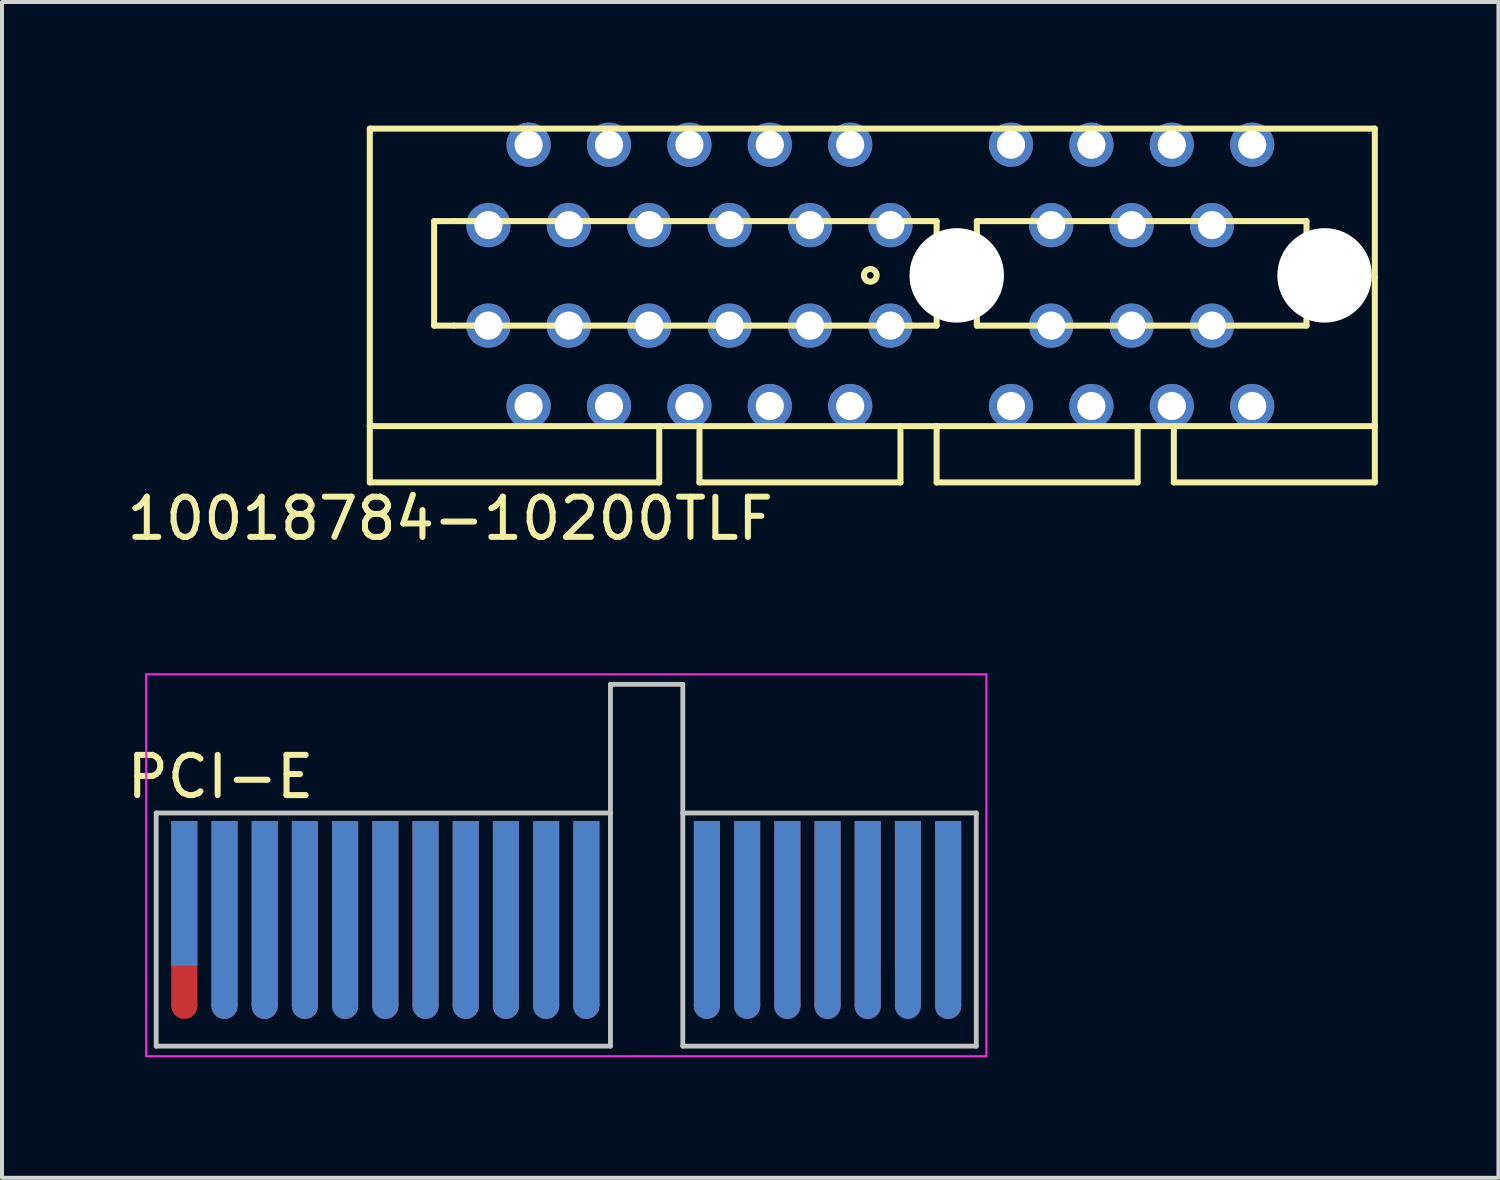
<source format=kicad_pcb>
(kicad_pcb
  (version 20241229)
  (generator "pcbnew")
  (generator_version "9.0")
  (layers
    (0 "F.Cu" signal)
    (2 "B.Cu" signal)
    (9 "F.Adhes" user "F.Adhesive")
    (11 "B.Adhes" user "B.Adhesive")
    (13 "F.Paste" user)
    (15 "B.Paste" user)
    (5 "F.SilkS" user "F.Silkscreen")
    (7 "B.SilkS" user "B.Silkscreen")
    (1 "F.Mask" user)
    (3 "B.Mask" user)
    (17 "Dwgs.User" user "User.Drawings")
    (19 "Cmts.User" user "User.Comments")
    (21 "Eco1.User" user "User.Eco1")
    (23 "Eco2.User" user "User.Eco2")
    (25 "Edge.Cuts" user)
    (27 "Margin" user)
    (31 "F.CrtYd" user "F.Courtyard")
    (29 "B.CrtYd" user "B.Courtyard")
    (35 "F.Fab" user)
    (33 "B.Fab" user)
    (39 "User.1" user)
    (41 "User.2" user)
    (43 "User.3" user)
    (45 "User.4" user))
  (footprint "PCI-E"
    (layer "F.Cu")
    (at 1.535 19.173)
    (property "Reference" "PCI-E" (at 0.9 -2.9 0) (layer "F.SilkS") (effects (font (size 1 1) (thickness 0.15))))
    (attr through_hole)
    (fp_line (start -0.7 -2) (end 10.6 -2) (stroke (width 0.12) (type solid)) (layer "Dwgs.User"))
    (fp_line (start -0.7 3.8) (end -0.7 -2) (stroke (width 0.12) (type solid)) (layer "Dwgs.User"))
    (fp_line (start 10.6 -5.2) (end 12.4 -5.2) (stroke (width 0.12) (type solid)) (layer "Dwgs.User"))
    (fp_line (start 10.6 -2) (end 10.6 -5.2) (stroke (width 0.12) (type solid)) (layer "Dwgs.User"))
    (fp_line (start 10.6 -2) (end 10.6 3.8) (stroke (width 0.12) (type solid)) (layer "Dwgs.User"))
    (fp_line (start 10.6 3.8) (end -0.7 3.8) (stroke (width 0.12) (type solid)) (layer "Dwgs.User"))
    (fp_line (start 12.4 -5.2) (end 12.4 -2) (stroke (width 0.12) (type solid)) (layer "Dwgs.User"))
    (fp_line (start 12.4 -2) (end 12.4 3.8) (stroke (width 0.12) (type solid)) (layer "Dwgs.User"))
    (fp_line (start 12.4 3.8) (end 19.7 3.8) (stroke (width 0.12) (type solid)) (layer "Dwgs.User"))
    (fp_line (start 19.7 -2) (end 12.4 -2) (stroke (width 0.12) (type solid)) (layer "Dwgs.User"))
    (fp_line (start 19.7 -2) (end 19.7 3.8) (stroke (width 0.12) (type solid)) (layer "Dwgs.User"))
    (fp_line (start -0.95 -5.45) (end -0.95 4.05) (stroke (width 0.05) (type solid)) (layer "F.CrtYd"))
    (fp_line (start -0.95 -5.45) (end 19.95 -5.45) (stroke (width 0.05) (type solid)) (layer "F.CrtYd"))
    (fp_line (start 19.95 4.05) (end -0.95 4.05) (stroke (width 0.05) (type solid)) (layer "F.CrtYd"))
    (fp_line (start 19.95 4.05) (end 19.95 -5.45) (stroke (width 0.05) (type solid)) (layer "F.CrtYd"))
    (pad "" connect circle (at 0 2.8) (size 0.65 0.65) (layers "F.Cu" "F.Mask"))
    (pad "" connect circle (at 1 2.8) (size 0.65 0.65) (layers "F.Cu" "F.Mask"))
    (pad "" connect oval (at 1 2.8 90) (size 0.65 0.65) (layers "B.Cu" "B.Mask"))
    (pad "" connect circle (at 2 2.8) (size 0.65 0.65) (layers "F.Cu" "F.Mask"))
    (pad "" connect oval (at 2 2.8 90) (size 0.65 0.65) (layers "B.Cu" "B.Mask"))
    (pad "" connect circle (at 3 2.8) (size 0.65 0.65) (layers "F.Cu" "F.Mask"))
    (pad "" connect oval (at 3 2.8 90) (size 0.65 0.65) (layers "B.Cu" "B.Mask"))
    (pad "" connect circle (at 4 2.8) (size 0.65 0.65) (layers "F.Cu" "F.Mask"))
    (pad "" connect oval (at 4 2.8 90) (size 0.65 0.65) (layers "B.Cu" "B.Mask"))
    (pad "" connect circle (at 5 2.8) (size 0.65 0.65) (layers "F.Cu" "F.Mask"))
    (pad "" connect oval (at 5 2.8 90) (size 0.65 0.65) (layers "B.Cu" "B.Mask"))
    (pad "" connect circle (at 6 2.8) (size 0.65 0.65) (layers "F.Cu" "F.Mask"))
    (pad "" connect oval (at 6 2.8 90) (size 0.65 0.65) (layers "B.Cu" "B.Mask"))
    (pad "" connect circle (at 7 2.8) (size 0.65 0.65) (layers "F.Cu" "F.Mask"))
    (pad "" connect oval (at 7 2.8 90) (size 0.65 0.65) (layers "B.Cu" "B.Mask"))
    (pad "" connect circle (at 8 2.8) (size 0.65 0.65) (layers "F.Cu" "F.Mask"))
    (pad "" connect oval (at 8 2.8 90) (size 0.65 0.65) (layers "B.Cu" "B.Mask"))
    (pad "" connect circle (at 9 2.8) (size 0.65 0.65) (layers "F.Cu" "F.Mask"))
    (pad "" connect oval (at 9 2.8 90) (size 0.65 0.65) (layers "B.Cu" "B.Mask"))
    (pad "" connect circle (at 10 2.8) (size 0.65 0.65) (layers "F.Cu" "F.Mask"))
    (pad "" connect oval (at 10 2.8 90) (size 0.65 0.65) (layers "B.Cu" "B.Mask"))
    (pad "" connect circle (at 13 2.8) (size 0.65 0.65) (layers "F.Cu" "F.Mask"))
    (pad "" connect oval (at 13 2.8 90) (size 0.65 0.65) (layers "B.Cu" "B.Mask"))
    (pad "" connect circle (at 14 2.8) (size 0.65 0.65) (layers "F.Cu" "F.Mask"))
    (pad "" connect oval (at 14 2.8 90) (size 0.65 0.65) (layers "B.Cu" "B.Mask"))
    (pad "" connect circle (at 15 2.8) (size 0.65 0.65) (layers "F.Cu" "F.Mask"))
    (pad "" connect oval (at 15 2.8 90) (size 0.65 0.65) (layers "B.Cu" "B.Mask"))
    (pad "" connect circle (at 16 2.8) (size 0.65 0.65) (layers "F.Cu" "F.Mask"))
    (pad "" connect oval (at 16 2.8 90) (size 0.65 0.65) (layers "B.Cu" "B.Mask"))
    (pad "" connect circle (at 17 2.8) (size 0.65 0.65) (layers "F.Cu" "F.Mask"))
    (pad "" connect oval (at 17 2.8 90) (size 0.65 0.65) (layers "B.Cu" "B.Mask"))
    (pad "" connect oval (at 18 2.8 90) (size 0.65 0.65) (layers "B.Cu" "B.Mask"))
    (pad "" connect circle (at 19 2.8) (size 0.65 0.65) (layers "F.Cu" "F.Mask"))
    (pad "" connect oval (at 19 2.8 90) (size 0.65 0.65) (layers "B.Cu" "B.Mask"))
    (pad "A1" connect rect (at 0 0) (size 0.65 3.6) (layers "B.Cu" "B.Mask"))
    (pad "A2" connect rect (at 1 0.5) (size 0.65 4.6) (layers "B.Cu" "B.Mask"))
    (pad "A3" connect rect (at 2 0.5) (size 0.65 4.6) (layers "B.Cu" "B.Mask"))
    (pad "A4" connect rect (at 3 0.5) (size 0.65 4.6) (layers "B.Cu" "B.Mask"))
    (pad "A5" connect rect (at 4 0.5) (size 0.65 4.6) (layers "B.Cu" "B.Mask"))
    (pad "A6" connect rect (at 5 0.5) (size 0.65 4.6) (layers "B.Cu" "B.Mask"))
    (pad "A7" connect rect (at 6 0.5) (size 0.65 4.6) (layers "B.Cu" "B.Mask"))
    (pad "A8" connect rect (at 7 0.5) (size 0.65 4.6) (layers "B.Cu" "B.Mask"))
    (pad "A9" connect rect (at 8 0.5) (size 0.65 4.6) (layers "B.Cu" "B.Mask"))
    (pad "A10" connect rect (at 9 0.5) (size 0.65 4.6) (layers "B.Cu" "B.Mask"))
    (pad "A11" connect rect (at 10 0.5) (size 0.65 4.6) (layers "B.Cu" "B.Mask"))
    (pad "A12" connect rect (at 13 0.5) (size 0.65 4.6) (layers "B.Cu" "B.Mask"))
    (pad "A13" connect rect (at 14 0.5) (size 0.65 4.6) (layers "B.Cu" "B.Mask"))
    (pad "A14" connect rect (at 15 0.5) (size 0.65 4.6) (layers "B.Cu" "B.Mask"))
    (pad "A15" connect rect (at 16 0.5) (size 0.65 4.6) (layers "B.Cu" "B.Mask"))
    (pad "A16" connect rect (at 17 0.5) (size 0.65 4.6) (layers "B.Cu" "B.Mask"))
    (pad "A17" connect rect (at 18 0.5) (size 0.65 4.6) (layers "B.Cu" "B.Mask"))
    (pad "A18" connect rect (at 19 0.5) (size 0.65 4.6) (layers "B.Cu" "B.Mask"))
    (pad "B1" connect rect (at 0 0.5) (size 0.65 4.6) (layers "F.Cu" "F.Mask"))
    (pad "B2" connect rect (at 1 0.5) (size 0.65 4.6) (layers "F.Cu" "F.Mask"))
    (pad "B3" connect rect (at 2 0.5) (size 0.65 4.6) (layers "F.Cu" "F.Mask"))
    (pad "B4" connect rect (at 3 0.5) (size 0.65 4.6) (layers "F.Cu" "F.Mask"))
    (pad "B5" connect rect (at 4 0.5) (size 0.65 4.6) (layers "F.Cu" "F.Mask"))
    (pad "B6" connect rect (at 5 0.5) (size 0.65 4.6) (layers "F.Cu" "F.Mask"))
    (pad "B7" connect rect (at 6 0.5) (size 0.65 4.6) (layers "F.Cu" "F.Mask"))
    (pad "B8" connect rect (at 7 0.5) (size 0.65 4.6) (layers "F.Cu" "F.Mask"))
    (pad "B9" connect rect (at 8 0.5) (size 0.65 4.6) (layers "F.Cu" "F.Mask"))
    (pad "B10" connect rect (at 9 0.5) (size 0.65 4.6) (layers "F.Cu" "F.Mask"))
    (pad "B11" connect rect (at 10 0.5) (size 0.65 4.6) (layers "F.Cu" "F.Mask"))
    (pad "B12" connect rect (at 13 0.5) (size 0.65 4.6) (layers "F.Cu" "F.Mask"))
    (pad "B13" connect rect (at 14 0.5) (size 0.65 4.6) (layers "F.Cu" "F.Mask"))
    (pad "B14" connect rect (at 15 0.5) (size 0.65 4.6) (layers "F.Cu" "F.Mask"))
    (pad "B15" connect rect (at 16 0.5) (size 0.65 4.6) (layers "F.Cu" "F.Mask"))
    (pad "B16" connect rect (at 17 0.5) (size 0.65 4.6) (layers "F.Cu" "F.Mask"))
    (pad "B17" connect rect (at 18 0) (size 0.65 3.6) (layers "F.Cu" "F.Mask"))
    (pad "B18" connect rect (at 19 0.5) (size 0.65 4.6) (layers "F.Cu" "F.Mask")))
  (footprint "10018784-10200TLF"
    (layer "F.Cu")
    (at 18.599 3.8)
    (property "Reference" "10018784-10200TLF" (at -10.45 6.05 0) (layer "F.SilkS") (effects (font (size 1 1) (thickness 0.15))))
    (attr through_hole)
    (fp_line (start -12.45 -3.65) (end -12.45 3.75) (stroke (width 0.15) (type solid)) (layer "F.SilkS"))
    (fp_line (start -12.45 3.75) (end 12.55 3.75) (stroke (width 0.15) (type solid)) (layer "F.SilkS"))
    (fp_line (start -12.45 5.15) (end -12.45 3.75) (stroke (width 0.15) (type solid)) (layer "F.SilkS"))
    (fp_line (start -10.85 -1.35) (end -10.85 1.25) (stroke (width 0.15) (type solid)) (layer "F.SilkS"))
    (fp_line (start -10.85 1.25) (end -10.35 1.25) (stroke (width 0.15) (type solid)) (layer "F.SilkS"))
    (fp_line (start -10.35 -1.35) (end -10.85 -1.35) (stroke (width 0.15) (type solid)) (layer "F.SilkS"))
    (fp_line (start -10.35 -1.35) (end 1.65 -1.35) (stroke (width 0.15) (type solid)) (layer "F.SilkS"))
    (fp_line (start -5.25 3.75) (end -5.25 5.15) (stroke (width 0.15) (type solid)) (layer "F.SilkS"))
    (fp_line (start -5.25 5.15) (end -12.45 5.15) (stroke (width 0.15) (type solid)) (layer "F.SilkS"))
    (fp_line (start -4.25 5.15) (end -4.25 3.75) (stroke (width 0.15) (type solid)) (layer "F.SilkS"))
    (fp_line (start 0.75 3.75) (end 0.75 5.15) (stroke (width 0.15) (type solid)) (layer "F.SilkS"))
    (fp_line (start 0.75 5.15) (end -4.25 5.15) (stroke (width 0.15) (type solid)) (layer "F.SilkS"))
    (fp_line (start 1.65 -1.35) (end 1.65 1.25) (stroke (width 0.15) (type solid)) (layer "F.SilkS"))
    (fp_line (start 1.65 1.25) (end -10.35 1.25) (stroke (width 0.15) (type solid)) (layer "F.SilkS"))
    (fp_line (start 1.65 5.15) (end 1.65 3.75) (stroke (width 0.15) (type solid)) (layer "F.SilkS"))
    (fp_line (start 2.65 -1.35) (end 10.85 -1.35) (stroke (width 0.15) (type solid)) (layer "F.SilkS"))
    (fp_line (start 2.65 1.25) (end 2.65 -1.35) (stroke (width 0.15) (type solid)) (layer "F.SilkS"))
    (fp_line (start 6.65 3.75) (end 6.65 5.15) (stroke (width 0.15) (type solid)) (layer "F.SilkS"))
    (fp_line (start 6.65 5.15) (end 1.65 5.15) (stroke (width 0.15) (type solid)) (layer "F.SilkS"))
    (fp_line (start 7.55 5.15) (end 7.55 3.75) (stroke (width 0.15) (type solid)) (layer "F.SilkS"))
    (fp_line (start 10.85 -1.35) (end 10.85 1.25) (stroke (width 0.15) (type solid)) (layer "F.SilkS"))
    (fp_line (start 10.85 1.25) (end 2.65 1.25) (stroke (width 0.15) (type solid)) (layer "F.SilkS"))
    (fp_line (start 12.55 -3.65) (end -12.45 -3.65) (stroke (width 0.15) (type solid)) (layer "F.SilkS"))
    (fp_line (start 12.55 0.05) (end 12.55 -3.65) (stroke (width 0.15) (type solid)) (layer "F.SilkS"))
    (fp_line (start 12.55 3.75) (end 12.55 0.05) (stroke (width 0.15) (type solid)) (layer "F.SilkS"))
    (fp_line (start 12.55 3.75) (end 12.55 5.15) (stroke (width 0.15) (type solid)) (layer "F.SilkS"))
    (fp_line (start 12.55 5.15) (end 7.55 5.15) (stroke (width 0.15) (type solid)) (layer "F.SilkS"))
    (fp_circle (center 0 0) (end 0.15 0.05) (stroke (width 0.15) (type solid)) (fill no) (layer "F.SilkS"))
    (pad "" np_thru_hole circle (at 2.15 0) (size 2.35 2.35) (drill 2.35) (layers "*.Cu" "*.Mask"))
    (pad "" np_thru_hole circle (at 11.3 0) (size 2.35 2.35) (drill 2.35) (layers "*.Cu" "*.Mask"))
    (pad "A1" thru_hole circle (at -9.5 -1.25) (size 1.1 1.1) (drill 0.7) (layers "*.Cu" "*.Mask"))
    (pad "A2" thru_hole circle (at -8.5 -3.25) (size 1.1 1.1) (drill 0.7) (layers "*.Cu" "*.Mask"))
    (pad "A3" thru_hole circle (at -7.5 -1.25) (size 1.1 1.1) (drill 0.7) (layers "*.Cu" "*.Mask"))
    (pad "A4" thru_hole circle (at -6.5 -3.25) (size 1.1 1.1) (drill 0.7) (layers "*.Cu" "*.Mask"))
    (pad "A5" thru_hole circle (at -5.5 -1.25) (size 1.1 1.1) (drill 0.7) (layers "*.Cu" "*.Mask"))
    (pad "A6" thru_hole circle (at -4.5 -3.25) (size 1.1 1.1) (drill 0.7) (layers "*.Cu" "*.Mask"))
    (pad "A7" thru_hole circle (at -3.5 -1.25) (size 1.1 1.1) (drill 0.7) (layers "*.Cu" "*.Mask"))
    (pad "A8" thru_hole circle (at -2.5 -3.25) (size 1.1 1.1) (drill 0.7) (layers "*.Cu" "*.Mask"))
    (pad "A9" thru_hole circle (at -1.5 -1.25) (size 1.1 1.1) (drill 0.7) (layers "*.Cu" "*.Mask"))
    (pad "A10" thru_hole circle (at -0.5 -3.25) (size 1.1 1.1) (drill 0.7) (layers "*.Cu" "*.Mask"))
    (pad "A11" thru_hole circle (at 0.5 -1.25) (size 1.1 1.1) (drill 0.7) (layers "*.Cu" "*.Mask"))
    (pad "A12" thru_hole circle (at 3.5 -3.25) (size 1.1 1.1) (drill 0.7) (layers "*.Cu" "*.Mask"))
    (pad "A13" thru_hole circle (at 4.5 -1.25) (size 1.1 1.1) (drill 0.7) (layers "*.Cu" "*.Mask"))
    (pad "A14" thru_hole circle (at 5.5 -3.25) (size 1.1 1.1) (drill 0.7) (layers "*.Cu" "*.Mask"))
    (pad "A15" thru_hole circle (at 6.5 -1.25) (size 1.1 1.1) (drill 0.7) (layers "*.Cu" "*.Mask"))
    (pad "A16" thru_hole circle (at 7.5 -3.25) (size 1.1 1.1) (drill 0.7) (layers "*.Cu" "*.Mask"))
    (pad "A17" thru_hole circle (at 8.5 -1.25) (size 1.1 1.1) (drill 0.7) (layers "*.Cu" "*.Mask"))
    (pad "A18" thru_hole circle (at 9.5 -3.25) (size 1.1 1.1) (drill 0.7) (layers "*.Cu" "*.Mask"))
    (pad "B1" thru_hole circle (at -9.5 1.25) (size 1.1 1.1) (drill 0.7) (layers "*.Cu" "*.Mask"))
    (pad "B2" thru_hole circle (at -8.5 3.25) (size 1.1 1.1) (drill 0.7) (layers "*.Cu" "*.Mask"))
    (pad "B3" thru_hole circle (at -7.5 1.25) (size 1.1 1.1) (drill 0.7) (layers "*.Cu" "*.Mask"))
    (pad "B4" thru_hole circle (at -6.5 3.25) (size 1.1 1.1) (drill 0.7) (layers "*.Cu" "*.Mask"))
    (pad "B5" thru_hole circle (at -5.5 1.25) (size 1.1 1.1) (drill 0.7) (layers "*.Cu" "*.Mask"))
    (pad "B6" thru_hole circle (at -4.5 3.25) (size 1.1 1.1) (drill 0.7) (layers "*.Cu" "*.Mask"))
    (pad "B7" thru_hole circle (at -3.5 1.25) (size 1.1 1.1) (drill 0.7) (layers "*.Cu" "*.Mask"))
    (pad "B8" thru_hole circle (at -2.5 3.25) (size 1.1 1.1) (drill 0.7) (layers "*.Cu" "*.Mask"))
    (pad "B9" thru_hole circle (at -1.5 1.25) (size 1.1 1.1) (drill 0.7) (layers "*.Cu" "*.Mask"))
    (pad "B10" thru_hole circle (at -0.5 3.25) (size 1.1 1.1) (drill 0.7) (layers "*.Cu" "*.Mask"))
    (pad "B11" thru_hole circle (at 0.5 1.25) (size 1.1 1.1) (drill 0.7) (layers "*.Cu" "*.Mask"))
    (pad "B12" thru_hole circle (at 3.5 3.25) (size 1.1 1.1) (drill 0.7) (layers "*.Cu" "*.Mask"))
    (pad "B13" thru_hole circle (at 4.5 1.25) (size 1.1 1.1) (drill 0.7) (layers "*.Cu" "*.Mask"))
    (pad "B14" thru_hole circle (at 5.5 3.25) (size 1.1 1.1) (drill 0.7) (layers "*.Cu" "*.Mask"))
    (pad "B15" thru_hole circle (at 6.5 1.25) (size 1.1 1.1) (drill 0.7) (layers "*.Cu" "*.Mask"))
    (pad "B16" thru_hole circle (at 7.5 3.25) (size 1.1 1.1) (drill 0.7) (layers "*.Cu" "*.Mask"))
    (pad "B17" thru_hole circle (at 8.5 1.25) (size 1.1 1.1) (drill 0.7) (layers "*.Cu" "*.Mask"))
    (pad "B18" thru_hole circle (at 9.5 3.25) (size 1.1 1.1) (drill 0.7) (layers "*.Cu" "*.Mask")))
  (gr_rect
    (start -3 -3)
    (end 34.224 26.248)
    (stroke (width 0.1) (type default))
    (fill no)
    (layer "Edge.Cuts")))
</source>
